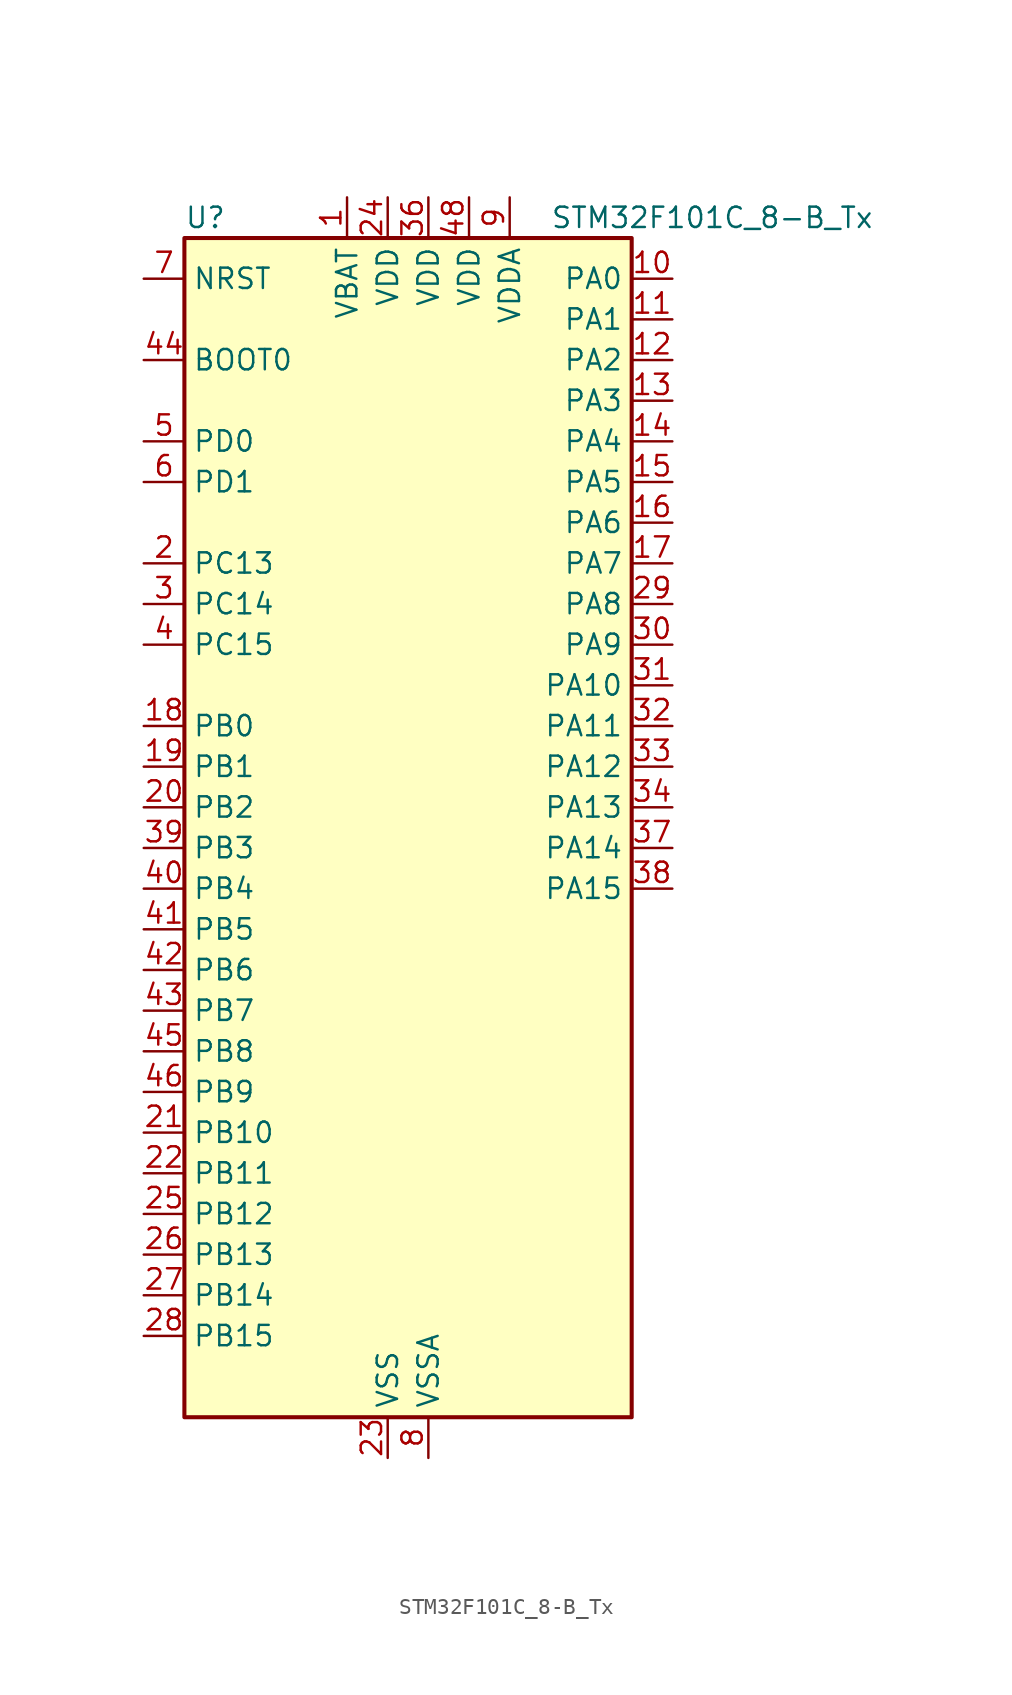
<source format=kicad_sym>
(kicad_symbol_lib
  (version 20231120)
  (generator "kicad_symbol_editor")
  (generator_version "8.0")
  (symbol "STM32F101C_8-B_Tx"
    (property "Reference" "U"
      (at -12.7 39.37 0)
      (effects (font (size 1.27 1.27)) (justify left)))
    (property "Value" "STM32F101C_8-B_Tx"
      (at 10.16 39.37 0)
      (effects (font (size 1.27 1.27)) (justify left)))
    (property "ki_locked" ""
      (at 0 0 0)
      (effects (font (size 1.27 1.27))))
    (symbol "STM32F101C_8-B_Tx_0_1"
      (rectangle (start -12.7 -35.56) (end 15.24 38.1) (stroke (width 0.254) (type default)) (fill (type background))))
    (symbol "STM32F101C_8-B_Tx_1_1"
      (pin power_in line (at -2.54 40.64 270) (length 2.54) (name "VBAT" (effects (font (size 1.27 1.27)))) (number "1" (effects (font (size 1.27 1.27)))))
      (pin bidirectional line (at 17.78 35.56 180) (length 2.54) (name "PA0" (effects (font (size 1.27 1.27)))) (number "10" (effects (font (size 1.27 1.27)))) (alternate "ADC1_IN0" bidirectional line) (alternate "SYS_WKUP" bidirectional line) (alternate "TIM2_CH1" bidirectional line) (alternate "TIM2_ETR" bidirectional line) (alternate "USART2_CTS" bidirectional line))
      (pin bidirectional line (at 17.78 33.02 180) (length 2.54) (name "PA1" (effects (font (size 1.27 1.27)))) (number "11" (effects (font (size 1.27 1.27)))) (alternate "ADC1_IN1" bidirectional line) (alternate "TIM2_CH2" bidirectional line) (alternate "USART2_RTS" bidirectional line))
      (pin bidirectional line (at 17.78 30.48 180) (length 2.54) (name "PA2" (effects (font (size 1.27 1.27)))) (number "12" (effects (font (size 1.27 1.27)))) (alternate "ADC1_IN2" bidirectional line) (alternate "TIM2_CH3" bidirectional line) (alternate "USART2_TX" bidirectional line))
      (pin bidirectional line (at 17.78 27.94 180) (length 2.54) (name "PA3" (effects (font (size 1.27 1.27)))) (number "13" (effects (font (size 1.27 1.27)))) (alternate "ADC1_IN3" bidirectional line) (alternate "TIM2_CH4" bidirectional line) (alternate "USART2_RX" bidirectional line))
      (pin bidirectional line (at 17.78 25.4 180) (length 2.54) (name "PA4" (effects (font (size 1.27 1.27)))) (number "14" (effects (font (size 1.27 1.27)))) (alternate "ADC1_IN4" bidirectional line) (alternate "SPI1_NSS" bidirectional line) (alternate "USART2_CK" bidirectional line))
      (pin bidirectional line (at 17.78 22.86 180) (length 2.54) (name "PA5" (effects (font (size 1.27 1.27)))) (number "15" (effects (font (size 1.27 1.27)))) (alternate "ADC1_IN5" bidirectional line) (alternate "SPI1_SCK" bidirectional line))
      (pin bidirectional line (at 17.78 20.32 180) (length 2.54) (name "PA6" (effects (font (size 1.27 1.27)))) (number "16" (effects (font (size 1.27 1.27)))) (alternate "ADC1_IN6" bidirectional line) (alternate "SPI1_MISO" bidirectional line) (alternate "TIM3_CH1" bidirectional line))
      (pin bidirectional line (at 17.78 17.78 180) (length 2.54) (name "PA7" (effects (font (size 1.27 1.27)))) (number "17" (effects (font (size 1.27 1.27)))) (alternate "ADC1_IN7" bidirectional line) (alternate "SPI1_MOSI" bidirectional line) (alternate "TIM3_CH2" bidirectional line))
      (pin bidirectional line (at -15.24 7.62 0) (length 2.54) (name "PB0" (effects (font (size 1.27 1.27)))) (number "18" (effects (font (size 1.27 1.27)))) (alternate "ADC1_IN8" bidirectional line) (alternate "TIM3_CH3" bidirectional line))
      (pin bidirectional line (at -15.24 5.08 0) (length 2.54) (name "PB1" (effects (font (size 1.27 1.27)))) (number "19" (effects (font (size 1.27 1.27)))) (alternate "ADC1_IN9" bidirectional line) (alternate "TIM3_CH4" bidirectional line))
      (pin bidirectional line (at -15.24 17.78 0) (length 2.54) (name "PC13" (effects (font (size 1.27 1.27)))) (number "2" (effects (font (size 1.27 1.27)))) (alternate "RTC_OUT" bidirectional line) (alternate "RTC_TAMPER" bidirectional line))
      (pin bidirectional line (at -15.24 2.54 0) (length 2.54) (name "PB2" (effects (font (size 1.27 1.27)))) (number "20" (effects (font (size 1.27 1.27)))))
      (pin bidirectional line (at -15.24 -17.78 0) (length 2.54) (name "PB10" (effects (font (size 1.27 1.27)))) (number "21" (effects (font (size 1.27 1.27)))) (alternate "I2C2_SCL" bidirectional line) (alternate "TIM2_CH3" bidirectional line) (alternate "USART3_TX" bidirectional line))
      (pin bidirectional line (at -15.24 -20.32 0) (length 2.54) (name "PB11" (effects (font (size 1.27 1.27)))) (number "22" (effects (font (size 1.27 1.27)))) (alternate "ADC1_EXTI11" bidirectional line) (alternate "I2C2_SDA" bidirectional line) (alternate "TIM2_CH4" bidirectional line) (alternate "USART3_RX" bidirectional line))
      (pin power_in line (at 0 -38.1 90) (length 2.54) (name "VSS" (effects (font (size 1.27 1.27)))) (number "23" (effects (font (size 1.27 1.27)))))
      (pin power_in line (at 0 40.64 270) (length 2.54) (name "VDD" (effects (font (size 1.27 1.27)))) (number "24" (effects (font (size 1.27 1.27)))))
      (pin bidirectional line (at -15.24 -22.86 0) (length 2.54) (name "PB12" (effects (font (size 1.27 1.27)))) (number "25" (effects (font (size 1.27 1.27)))) (alternate "I2C2_SMBA" bidirectional line) (alternate "SPI2_NSS" bidirectional line) (alternate "USART3_CK" bidirectional line))
      (pin bidirectional line (at -15.24 -25.4 0) (length 2.54) (name "PB13" (effects (font (size 1.27 1.27)))) (number "26" (effects (font (size 1.27 1.27)))) (alternate "SPI2_SCK" bidirectional line) (alternate "USART3_CTS" bidirectional line))
      (pin bidirectional line (at -15.24 -27.94 0) (length 2.54) (name "PB14" (effects (font (size 1.27 1.27)))) (number "27" (effects (font (size 1.27 1.27)))) (alternate "SPI2_MISO" bidirectional line) (alternate "USART3_RTS" bidirectional line))
      (pin bidirectional line (at -15.24 -30.48 0) (length 2.54) (name "PB15" (effects (font (size 1.27 1.27)))) (number "28" (effects (font (size 1.27 1.27)))) (alternate "ADC1_EXTI15" bidirectional line) (alternate "SPI2_MOSI" bidirectional line))
      (pin bidirectional line (at 17.78 15.24 180) (length 2.54) (name "PA8" (effects (font (size 1.27 1.27)))) (number "29" (effects (font (size 1.27 1.27)))) (alternate "RCC_MCO" bidirectional line) (alternate "USART1_CK" bidirectional line))
      (pin bidirectional line (at -15.24 15.24 0) (length 2.54) (name "PC14" (effects (font (size 1.27 1.27)))) (number "3" (effects (font (size 1.27 1.27)))) (alternate "RCC_OSC32_IN" bidirectional line))
      (pin bidirectional line (at 17.78 12.7 180) (length 2.54) (name "PA9" (effects (font (size 1.27 1.27)))) (number "30" (effects (font (size 1.27 1.27)))) (alternate "USART1_TX" bidirectional line))
      (pin bidirectional line (at 17.78 10.16 180) (length 2.54) (name "PA10" (effects (font (size 1.27 1.27)))) (number "31" (effects (font (size 1.27 1.27)))) (alternate "USART1_RX" bidirectional line))
      (pin bidirectional line (at 17.78 7.62 180) (length 2.54) (name "PA11" (effects (font (size 1.27 1.27)))) (number "32" (effects (font (size 1.27 1.27)))) (alternate "ADC1_EXTI11" bidirectional line) (alternate "USART1_CTS" bidirectional line))
      (pin bidirectional line (at 17.78 5.08 180) (length 2.54) (name "PA12" (effects (font (size 1.27 1.27)))) (number "33" (effects (font (size 1.27 1.27)))) (alternate "USART1_RTS" bidirectional line))
      (pin bidirectional line (at 17.78 2.54 180) (length 2.54) (name "PA13" (effects (font (size 1.27 1.27)))) (number "34" (effects (font (size 1.27 1.27)))) (alternate "SYS_JTMS-SWDIO" bidirectional line))
      (pin passive line (at 0 -38.1 90) (length 2.54) hide (name "VSS" (effects (font (size 1.27 1.27)))) (number "35" (effects (font (size 1.27 1.27)))))
      (pin power_in line (at 2.54 40.64 270) (length 2.54) (name "VDD" (effects (font (size 1.27 1.27)))) (number "36" (effects (font (size 1.27 1.27)))))
      (pin bidirectional line (at 17.78 0 180) (length 2.54) (name "PA14" (effects (font (size 1.27 1.27)))) (number "37" (effects (font (size 1.27 1.27)))) (alternate "SYS_JTCK-SWCLK" bidirectional line))
      (pin bidirectional line (at 17.78 -2.54 180) (length 2.54) (name "PA15" (effects (font (size 1.27 1.27)))) (number "38" (effects (font (size 1.27 1.27)))) (alternate "ADC1_EXTI15" bidirectional line) (alternate "SPI1_NSS" bidirectional line) (alternate "SYS_JTDI" bidirectional line) (alternate "TIM2_CH1" bidirectional line) (alternate "TIM2_ETR" bidirectional line))
      (pin bidirectional line (at -15.24 0 0) (length 2.54) (name "PB3" (effects (font (size 1.27 1.27)))) (number "39" (effects (font (size 1.27 1.27)))) (alternate "SPI1_SCK" bidirectional line) (alternate "SYS_JTDO-TRACESWO" bidirectional line) (alternate "TIM2_CH2" bidirectional line))
      (pin bidirectional line (at -15.24 12.7 0) (length 2.54) (name "PC15" (effects (font (size 1.27 1.27)))) (number "4" (effects (font (size 1.27 1.27)))) (alternate "ADC1_EXTI15" bidirectional line) (alternate "RCC_OSC32_OUT" bidirectional line))
      (pin bidirectional line (at -15.24 -2.54 0) (length 2.54) (name "PB4" (effects (font (size 1.27 1.27)))) (number "40" (effects (font (size 1.27 1.27)))) (alternate "SPI1_MISO" bidirectional line) (alternate "SYS_NJTRST" bidirectional line) (alternate "TIM3_CH1" bidirectional line))
      (pin bidirectional line (at -15.24 -5.08 0) (length 2.54) (name "PB5" (effects (font (size 1.27 1.27)))) (number "41" (effects (font (size 1.27 1.27)))) (alternate "I2C1_SMBA" bidirectional line) (alternate "SPI1_MOSI" bidirectional line) (alternate "TIM3_CH2" bidirectional line))
      (pin bidirectional line (at -15.24 -7.62 0) (length 2.54) (name "PB6" (effects (font (size 1.27 1.27)))) (number "42" (effects (font (size 1.27 1.27)))) (alternate "I2C1_SCL" bidirectional line) (alternate "TIM4_CH1" bidirectional line) (alternate "USART1_TX" bidirectional line))
      (pin bidirectional line (at -15.24 -10.16 0) (length 2.54) (name "PB7" (effects (font (size 1.27 1.27)))) (number "43" (effects (font (size 1.27 1.27)))) (alternate "I2C1_SDA" bidirectional line) (alternate "TIM4_CH2" bidirectional line) (alternate "USART1_RX" bidirectional line))
      (pin input line (at -15.24 30.48 0) (length 2.54) (name "BOOT0" (effects (font (size 1.27 1.27)))) (number "44" (effects (font (size 1.27 1.27)))))
      (pin bidirectional line (at -15.24 -12.7 0) (length 2.54) (name "PB8" (effects (font (size 1.27 1.27)))) (number "45" (effects (font (size 1.27 1.27)))) (alternate "I2C1_SCL" bidirectional line) (alternate "TIM4_CH3" bidirectional line))
      (pin bidirectional line (at -15.24 -15.24 0) (length 2.54) (name "PB9" (effects (font (size 1.27 1.27)))) (number "46" (effects (font (size 1.27 1.27)))) (alternate "I2C1_SDA" bidirectional line) (alternate "TIM4_CH4" bidirectional line))
      (pin passive line (at 0 -38.1 90) (length 2.54) hide (name "VSS" (effects (font (size 1.27 1.27)))) (number "47" (effects (font (size 1.27 1.27)))))
      (pin power_in line (at 5.08 40.64 270) (length 2.54) (name "VDD" (effects (font (size 1.27 1.27)))) (number "48" (effects (font (size 1.27 1.27)))))
      (pin bidirectional line (at -15.24 25.4 0) (length 2.54) (name "PD0" (effects (font (size 1.27 1.27)))) (number "5" (effects (font (size 1.27 1.27)))) (alternate "RCC_OSC_IN" bidirectional line))
      (pin bidirectional line (at -15.24 22.86 0) (length 2.54) (name "PD1" (effects (font (size 1.27 1.27)))) (number "6" (effects (font (size 1.27 1.27)))) (alternate "RCC_OSC_OUT" bidirectional line))
      (pin input line (at -15.24 35.56 0) (length 2.54) (name "NRST" (effects (font (size 1.27 1.27)))) (number "7" (effects (font (size 1.27 1.27)))))
      (pin power_in line (at 2.54 -38.1 90) (length 2.54) (name "VSSA" (effects (font (size 1.27 1.27)))) (number "8" (effects (font (size 1.27 1.27)))))
      (pin power_in line (at 7.62 40.64 270) (length 2.54) (name "VDDA" (effects (font (size 1.27 1.27)))) (number "9" (effects (font (size 1.27 1.27))))))))
</source>
